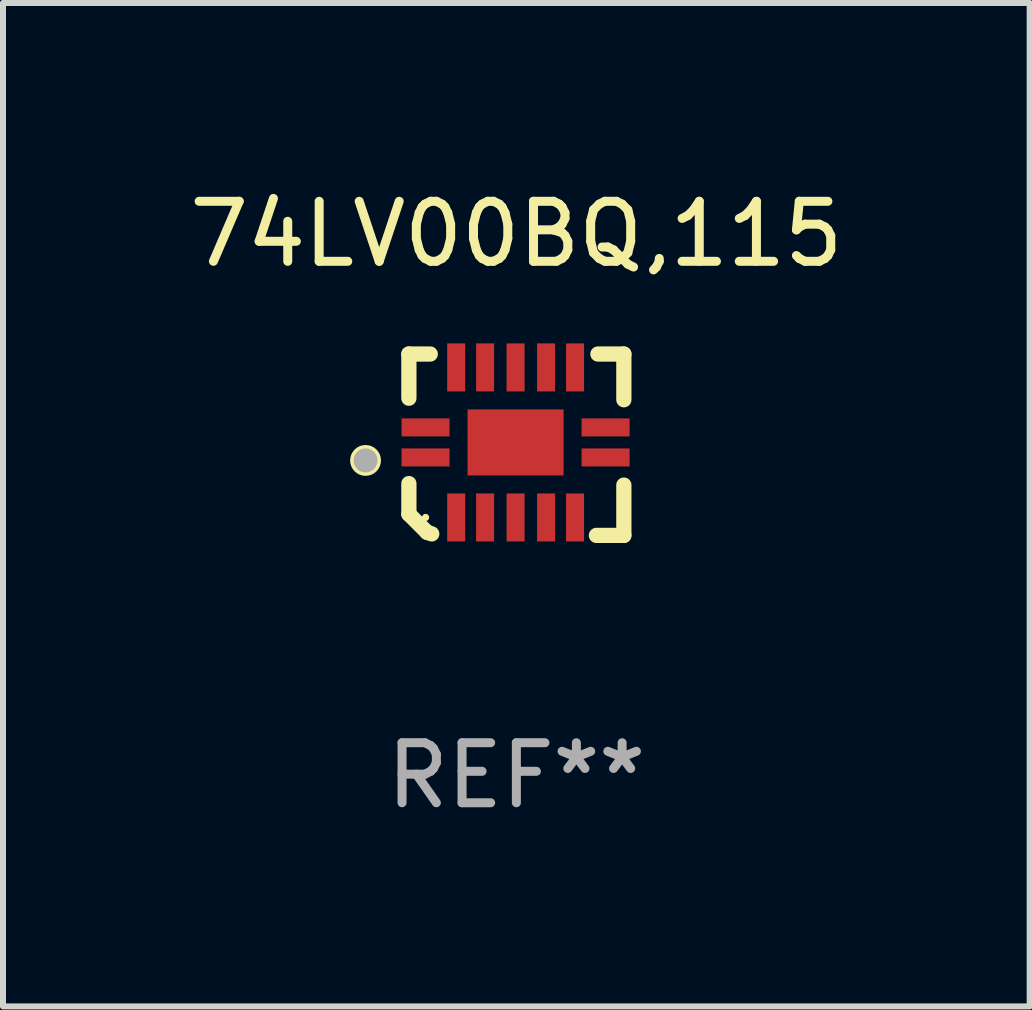
<source format=kicad_pcb>
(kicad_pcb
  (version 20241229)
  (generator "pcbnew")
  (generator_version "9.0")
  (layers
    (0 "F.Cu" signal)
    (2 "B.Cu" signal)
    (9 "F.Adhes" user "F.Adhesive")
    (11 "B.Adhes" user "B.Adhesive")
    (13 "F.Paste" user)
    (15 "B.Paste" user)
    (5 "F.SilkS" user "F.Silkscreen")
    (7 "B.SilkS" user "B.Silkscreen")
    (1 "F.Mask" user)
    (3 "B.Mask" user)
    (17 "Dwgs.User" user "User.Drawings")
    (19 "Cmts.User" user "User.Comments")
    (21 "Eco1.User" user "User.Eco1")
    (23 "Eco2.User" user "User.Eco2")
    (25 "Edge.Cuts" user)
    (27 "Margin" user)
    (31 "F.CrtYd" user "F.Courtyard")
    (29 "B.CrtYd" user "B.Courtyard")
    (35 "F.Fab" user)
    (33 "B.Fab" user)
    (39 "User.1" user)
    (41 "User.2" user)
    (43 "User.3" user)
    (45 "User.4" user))
  (footprint "74LV00BQ,115"
    (layer "F.Cu")
    (at 5.554 4.36)
    (property "Reference" "74LV00BQ,115" (at 0 -3.511 0) (layer "F.SilkS") (effects (font (size 1 1) (thickness 0.15))))
    (attr through_hole)
    (fp_line (start -1.791 -1.511) (end -1.435 -1.511) (stroke (width 0.254) (type solid)) (layer "F.SilkS"))
    (fp_line (start -1.791 -0.775) (end -1.791 -1.511) (stroke (width 0.254) (type solid)) (layer "F.SilkS"))
    (fp_line (start -1.791 1.156) (end -1.791 0.648) (stroke (width 0.254) (type solid)) (layer "F.SilkS"))
    (fp_line (start -1.486 1.461) (end -1.791 1.156) (stroke (width 0.254) (type solid)) (layer "F.SilkS"))
    (fp_line (start -1.41 1.486) (end -1.486 1.461) (stroke (width 0.254) (type solid)) (layer "F.SilkS"))
    (fp_line (start 1.334 1.511) (end 1.791 1.511) (stroke (width 0.254) (type solid)) (layer "F.SilkS"))
    (fp_line (start 1.791 -1.511) (end 1.359 -1.511) (stroke (width 0.254) (type solid)) (layer "F.SilkS"))
    (fp_line (start 1.791 -0.749) (end 1.791 -1.511) (stroke (width 0.254) (type solid)) (layer "F.SilkS"))
    (fp_line (start 1.791 1.511) (end 1.791 0.673) (stroke (width 0.254) (type solid)) (layer "F.SilkS"))
    (fp_circle (center -2.513 0.262) (end -2.383 0.262) (stroke (width 0.254) (type solid)) (fill no) (layer "F.SilkS"))
    (fp_circle (center -1.513 1.212) (end -1.483 1.212) (stroke (width 0.06) (type solid)) (fill no) (layer "F.SilkS"))
    (fp_circle (center -2.513 0.262) (end -2.413 0.262) (stroke (width 0.2) (type solid)) (fill no) (layer "F.Fab"))
    (fp_text user "REF**" (at 0 5.511 0) (layer "F.Fab") (effects (font (size 1 1) (thickness 0.15))))
    (pad "1" smd rect (at -1.513 0.212) (size 0.8 0.3) (layers "F.Cu" "F.Mask" "F.Paste"))
    (pad "2" smd rect (at -1.003 1.212) (size 0.3 0.8) (layers "F.Cu" "F.Mask" "F.Paste"))
    (pad "3" smd rect (at -0.521 1.212) (size 0.3 0.8) (layers "F.Cu" "F.Mask" "F.Paste"))
    (pad "4" smd rect (at -0.013 1.212) (size 0.3 0.8) (layers "F.Cu" "F.Mask" "F.Paste"))
    (pad "5" smd rect (at 0.495 1.212) (size 0.3 0.8) (layers "F.Cu" "F.Mask" "F.Paste"))
    (pad "6" smd rect (at 0.978 1.212) (size 0.3 0.8) (layers "F.Cu" "F.Mask" "F.Paste"))
    (pad "7" smd rect (at 1.487 0.212) (size 0.8 0.3) (layers "F.Cu" "F.Mask" "F.Paste"))
    (pad "8" smd rect (at 1.487 -0.288) (size 0.8 0.3) (layers "F.Cu" "F.Mask" "F.Paste"))
    (pad "9" smd rect (at 0.978 -1.288) (size 0.3 0.8) (layers "F.Cu" "F.Mask" "F.Paste"))
    (pad "10" smd rect (at 0.495 -1.288) (size 0.3 0.8) (layers "F.Cu" "F.Mask" "F.Paste"))
    (pad "11" smd rect (at -0.013 -1.288) (size 0.3 0.8) (layers "F.Cu" "F.Mask" "F.Paste"))
    (pad "12" smd rect (at -0.521 -1.288) (size 0.3 0.8) (layers "F.Cu" "F.Mask" "F.Paste"))
    (pad "13" smd rect (at -1.003 -1.288) (size 0.3 0.8) (layers "F.Cu" "F.Mask" "F.Paste"))
    (pad "14" smd rect (at -1.513 -0.288) (size 0.8 0.3) (layers "F.Cu" "F.Mask" "F.Paste"))
    (pad "15" smd rect (at -0.013 -0.038 90) (size 1.1 1.6) (layers "F.Cu" "F.Mask" "F.Paste")))
  (gr_rect
    (start -3 -3)
    (end 14.107 13.719)
    (stroke (width 0.1) (type default))
    (fill no)
    (layer "Edge.Cuts")))
</source>
